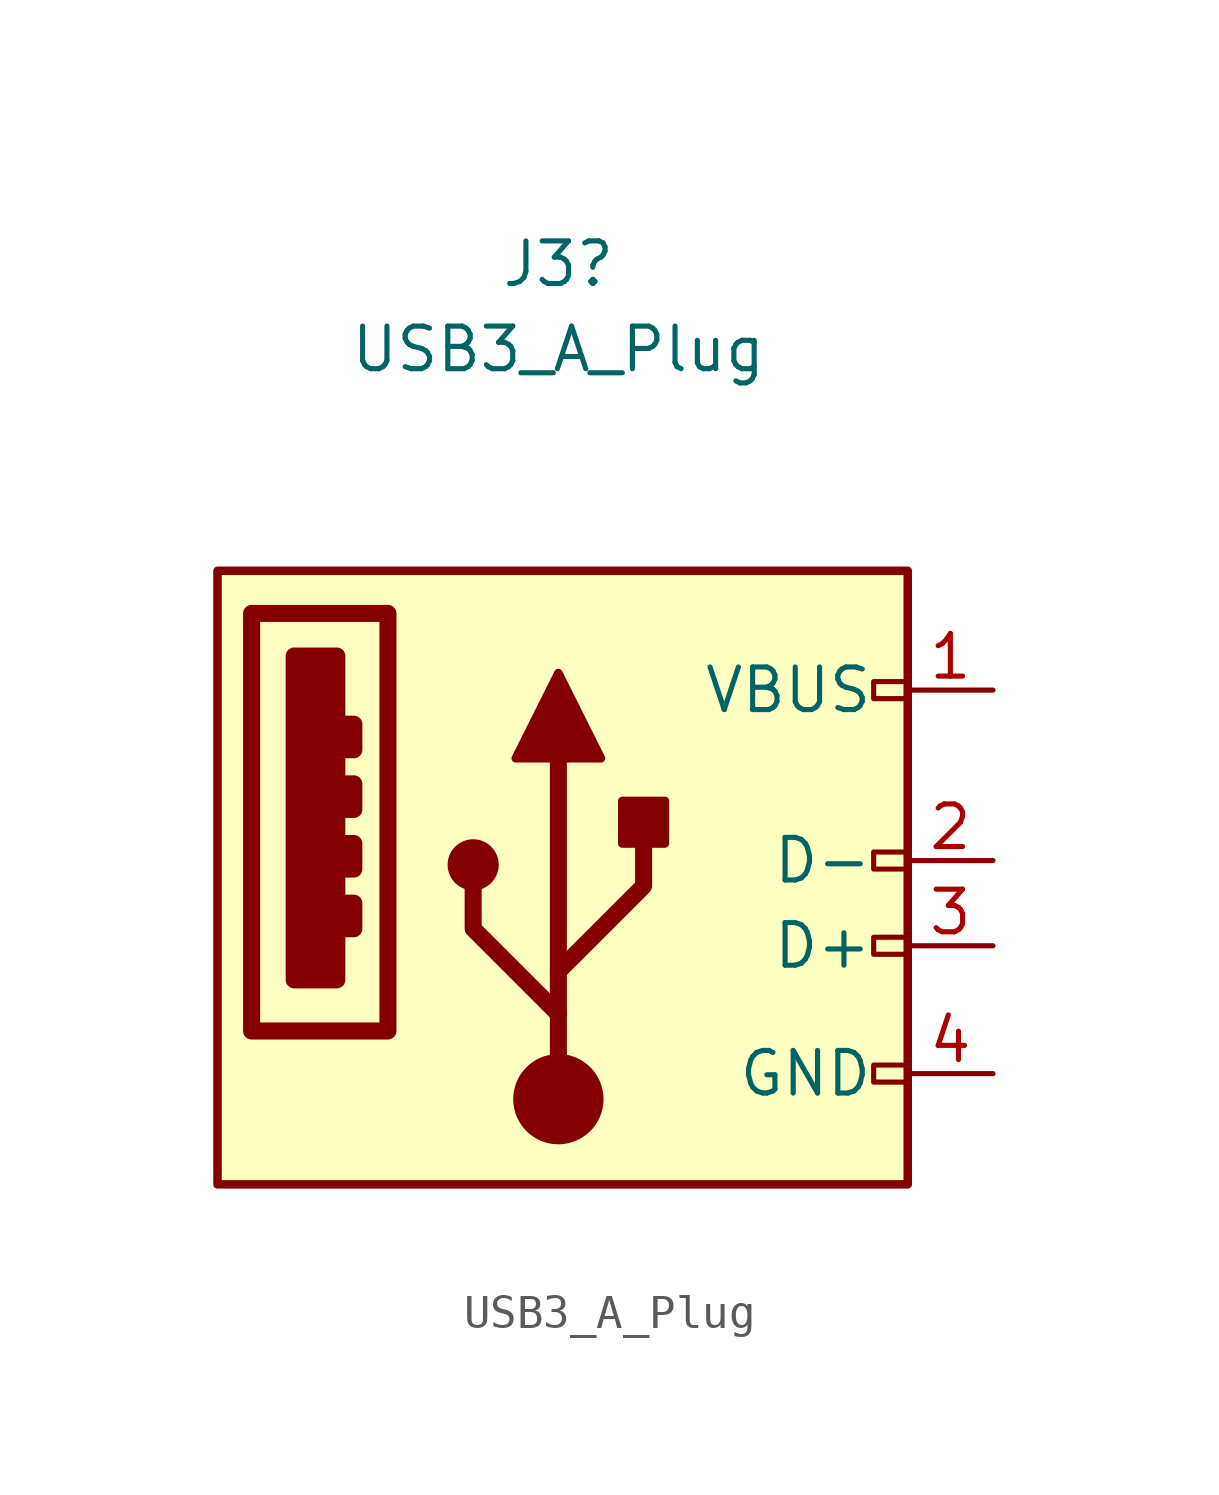
<source format=kicad_sym>
(kicad_symbol_lib
  (version 20220914)
  (generator kicad_symbol_editor)
  (symbol "USB3_A_Plug"
    (pin_names
      (offset 1.016))
    (property "Reference" "J3"
      (at 0 19.05 0)
      (effects (font (size 1.27 1.27))))
    (property "Value" "USB3_A_Plug"
      (at 0 16.51 0)
      (effects (font (size 1.27 1.27))))
    (symbol "USB3_A_Plug_0_0"
      (rectangle (start -9.144 8.636) (end -5.08 -3.81) (stroke (width 0.508) (type default)) (fill (type none)))
      (rectangle (start -7.874 7.366) (end -6.604 -2.286) (stroke (width 0.508) (type default)) (fill (type outline)))
      (rectangle (start -6.35 0) (end -6.096 -0.762) (stroke (width 0.508) (type default)) (fill (type none)))
      (rectangle (start -6.35 1.778) (end -6.096 1.016) (stroke (width 0.508) (type default)) (fill (type none)))
      (rectangle (start -6.35 3.556) (end -6.096 2.794) (stroke (width 0.508) (type default)) (fill (type none)))
      (rectangle (start -6.35 5.334) (end -6.096 4.572) (stroke (width 0.508) (type default)) (fill (type none)))
      (rectangle (start 9.398 -4.826) (end 10.414 -5.334) (stroke (width 0) (type default)) (fill (type none)))
      (rectangle (start 9.398 -1.016) (end 10.414 -1.524) (stroke (width 0) (type default)) (fill (type none)))
      (rectangle (start 10.414 1.524) (end 9.398 1.016) (stroke (width 0) (type default)) (fill (type none)))
      (rectangle (start 10.414 6.604) (end 9.398 6.096) (stroke (width 0) (type default)) (fill (type none))))
    (symbol "USB3_A_Plug_0_1"
      (rectangle (start -10.16 9.906) (end 10.414 -8.382) (stroke (width 0.254) (type default)) (fill (type background))))
    (symbol "USB3_A_Plug_1_1"
      (circle (center -2.54 1.143) (radius 0.635) (stroke (width 0.254) (type default)) (fill (type outline)))
      (circle (center 0 -5.842) (radius 1.27) (stroke (width 0) (type default)) (fill (type outline)))
      (polyline (pts (xy 0 -5.842) (xy 0 4.318)) (stroke (width 0.508) (type default)) (fill (type none)))
      (polyline (pts (xy 0 -3.302) (xy -2.54 -0.762) (xy -2.54 0.508)) (stroke (width 0.508) (type default)) (fill (type none)))
      (polyline (pts (xy 0 -2.032) (xy 2.54 0.508) (xy 2.54 1.778)) (stroke (width 0.508) (type default)) (fill (type none)))
      (polyline (pts (xy -1.27 4.318) (xy 0 6.858) (xy 1.27 4.318) (xy -1.27 4.318)) (stroke (width 0.254) (type default)) (fill (type outline)))
      (rectangle (start 1.905 1.778) (end 3.175 3.048) (stroke (width 0.254) (type default)) (fill (type outline)))
      (pin power_in line (at 12.954 6.35 180) (length 2.54) (name "VBUS" (effects (font (size 1.27 1.27)))) (number "1" (effects (font (size 1.27 1.27)))))
      (pin bidirectional line (at 12.954 1.27 180) (length 2.54) (name "D-" (effects (font (size 1.27 1.27)))) (number "2" (effects (font (size 1.27 1.27)))))
      (pin bidirectional line (at 12.954 -1.27 180) (length 2.54) (name "D+" (effects (font (size 1.27 1.27)))) (number "3" (effects (font (size 1.27 1.27)))))
      (pin power_in line (at 12.954 -5.08 180) (length 2.54) (name "GND" (effects (font (size 1.27 1.27)))) (number "4" (effects (font (size 1.27 1.27))))))))
</source>
